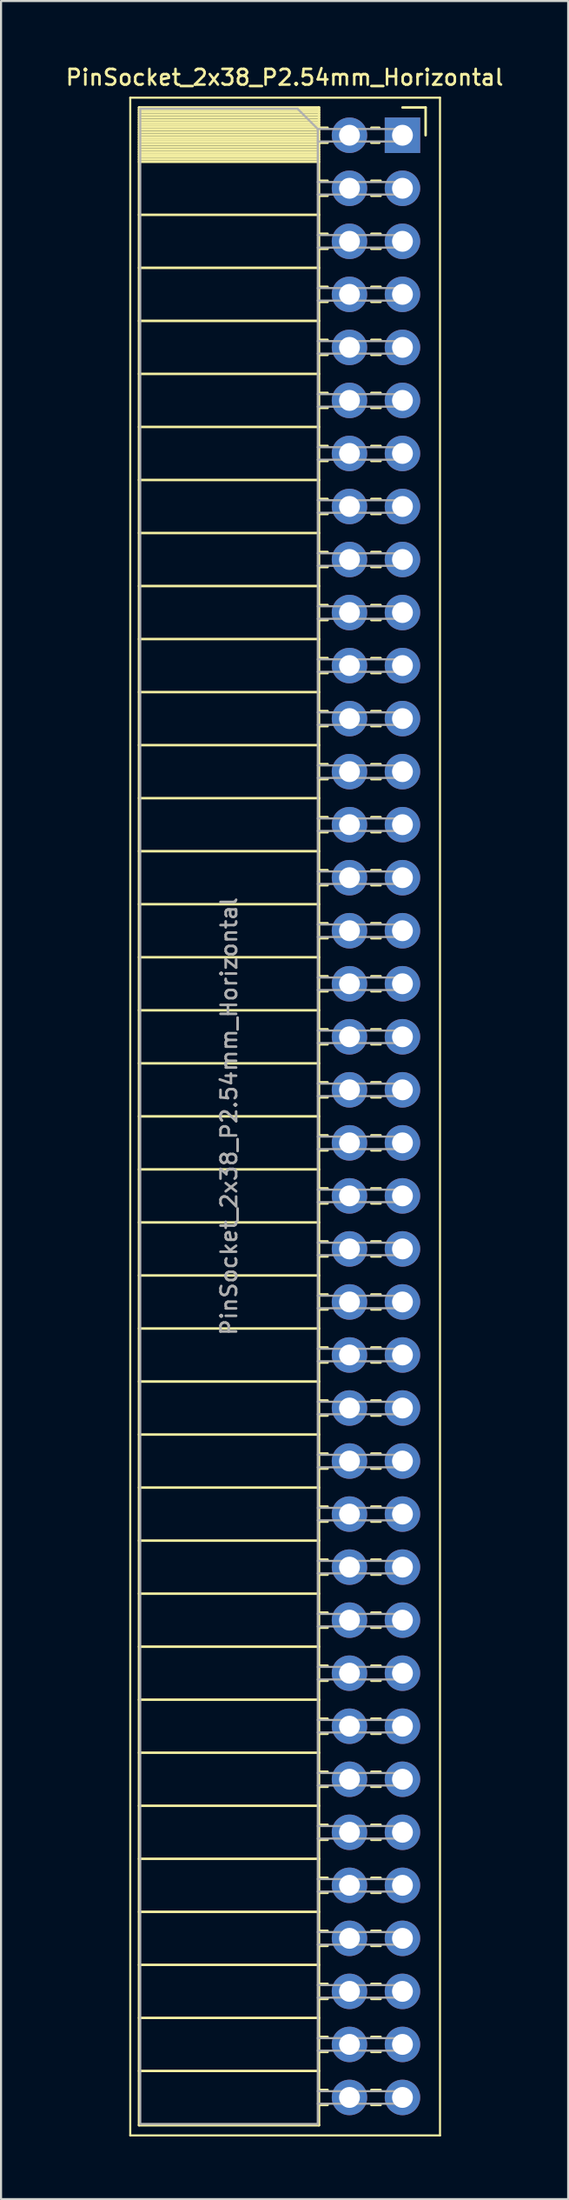
<source format=kicad_pcb>
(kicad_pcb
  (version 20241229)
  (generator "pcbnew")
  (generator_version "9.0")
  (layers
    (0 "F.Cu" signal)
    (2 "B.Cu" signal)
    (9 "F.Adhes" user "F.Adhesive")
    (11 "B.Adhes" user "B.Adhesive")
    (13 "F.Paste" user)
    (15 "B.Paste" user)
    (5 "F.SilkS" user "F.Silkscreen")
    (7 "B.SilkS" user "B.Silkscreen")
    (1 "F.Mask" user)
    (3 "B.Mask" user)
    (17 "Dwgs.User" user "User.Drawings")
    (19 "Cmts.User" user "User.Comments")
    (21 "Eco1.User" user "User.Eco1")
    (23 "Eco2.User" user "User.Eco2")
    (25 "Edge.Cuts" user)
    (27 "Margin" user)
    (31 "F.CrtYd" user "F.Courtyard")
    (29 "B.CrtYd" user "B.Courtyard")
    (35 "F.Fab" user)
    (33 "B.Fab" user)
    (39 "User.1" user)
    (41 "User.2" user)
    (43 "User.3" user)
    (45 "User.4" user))
  (footprint "PinSocket_2x38_P2.54mm_Horizontal"
    (layer "F.Cu")
    (at 16.245 3.428)
    (property "Reference" "PinSocket_2x38_P2.54mm_Horizontal" (at -5.65 -2.77 0) (layer "F.SilkS") (effects (font (size 0.75 0.75) (thickness 0.125))))
    (attr through_hole)
    (fp_line (start -13.05 -1.8) (end -13.05 95.8) (stroke (width 0.1) (type solid)) (layer "F.SilkS"))
    (fp_line (start -13.05 95.8) (end 1.8 95.8) (stroke (width 0.1) (type solid)) (layer "F.SilkS"))
    (fp_line (start -12.63 -1.33) (end -12.63 95.31) (stroke (width 0.12) (type solid)) (layer "F.SilkS"))
    (fp_line (start -12.63 -1.33) (end -4 -1.33) (stroke (width 0.12) (type solid)) (layer "F.SilkS"))
    (fp_line (start -12.63 -1.21) (end -4 -1.21) (stroke (width 0.12) (type solid)) (layer "F.SilkS"))
    (fp_line (start -12.63 -1.092) (end -4 -1.092) (stroke (width 0.12) (type solid)) (layer "F.SilkS"))
    (fp_line (start -12.63 -0.974) (end -4 -0.974) (stroke (width 0.12) (type solid)) (layer "F.SilkS"))
    (fp_line (start -12.63 -0.856) (end -4 -0.856) (stroke (width 0.12) (type solid)) (layer "F.SilkS"))
    (fp_line (start -12.63 -0.738) (end -4 -0.738) (stroke (width 0.12) (type solid)) (layer "F.SilkS"))
    (fp_line (start -12.63 -0.62) (end -4 -0.62) (stroke (width 0.12) (type solid)) (layer "F.SilkS"))
    (fp_line (start -12.63 -0.501) (end -4 -0.501) (stroke (width 0.12) (type solid)) (layer "F.SilkS"))
    (fp_line (start -12.63 -0.383) (end -4 -0.383) (stroke (width 0.12) (type solid)) (layer "F.SilkS"))
    (fp_line (start -12.63 -0.265) (end -4 -0.265) (stroke (width 0.12) (type solid)) (layer "F.SilkS"))
    (fp_line (start -12.63 -0.147) (end -4 -0.147) (stroke (width 0.12) (type solid)) (layer "F.SilkS"))
    (fp_line (start -12.63 -0.029) (end -4 -0.029) (stroke (width 0.12) (type solid)) (layer "F.SilkS"))
    (fp_line (start -12.63 0.089) (end -4 0.089) (stroke (width 0.12) (type solid)) (layer "F.SilkS"))
    (fp_line (start -12.63 0.207) (end -4 0.207) (stroke (width 0.12) (type solid)) (layer "F.SilkS"))
    (fp_line (start -12.63 0.325) (end -4 0.325) (stroke (width 0.12) (type solid)) (layer "F.SilkS"))
    (fp_line (start -12.63 0.443) (end -4 0.443) (stroke (width 0.12) (type solid)) (layer "F.SilkS"))
    (fp_line (start -12.63 0.561) (end -4 0.561) (stroke (width 0.12) (type solid)) (layer "F.SilkS"))
    (fp_line (start -12.63 0.68) (end -4 0.68) (stroke (width 0.12) (type solid)) (layer "F.SilkS"))
    (fp_line (start -12.63 0.798) (end -4 0.798) (stroke (width 0.12) (type solid)) (layer "F.SilkS"))
    (fp_line (start -12.63 0.916) (end -4 0.916) (stroke (width 0.12) (type solid)) (layer "F.SilkS"))
    (fp_line (start -12.63 1.034) (end -4 1.034) (stroke (width 0.12) (type solid)) (layer "F.SilkS"))
    (fp_line (start -12.63 1.152) (end -4 1.152) (stroke (width 0.12) (type solid)) (layer "F.SilkS"))
    (fp_line (start -12.63 1.27) (end -4 1.27) (stroke (width 0.12) (type solid)) (layer "F.SilkS"))
    (fp_line (start -12.63 3.81) (end -4 3.81) (stroke (width 0.12) (type solid)) (layer "F.SilkS"))
    (fp_line (start -12.63 6.35) (end -4 6.35) (stroke (width 0.12) (type solid)) (layer "F.SilkS"))
    (fp_line (start -12.63 8.89) (end -4 8.89) (stroke (width 0.12) (type solid)) (layer "F.SilkS"))
    (fp_line (start -12.63 11.43) (end -4 11.43) (stroke (width 0.12) (type solid)) (layer "F.SilkS"))
    (fp_line (start -12.63 13.97) (end -4 13.97) (stroke (width 0.12) (type solid)) (layer "F.SilkS"))
    (fp_line (start -12.63 16.51) (end -4 16.51) (stroke (width 0.12) (type solid)) (layer "F.SilkS"))
    (fp_line (start -12.63 19.05) (end -4 19.05) (stroke (width 0.12) (type solid)) (layer "F.SilkS"))
    (fp_line (start -12.63 21.59) (end -4 21.59) (stroke (width 0.12) (type solid)) (layer "F.SilkS"))
    (fp_line (start -12.63 24.13) (end -4 24.13) (stroke (width 0.12) (type solid)) (layer "F.SilkS"))
    (fp_line (start -12.63 26.67) (end -4 26.67) (stroke (width 0.12) (type solid)) (layer "F.SilkS"))
    (fp_line (start -12.63 29.21) (end -4 29.21) (stroke (width 0.12) (type solid)) (layer "F.SilkS"))
    (fp_line (start -12.63 31.75) (end -4 31.75) (stroke (width 0.12) (type solid)) (layer "F.SilkS"))
    (fp_line (start -12.63 34.29) (end -4 34.29) (stroke (width 0.12) (type solid)) (layer "F.SilkS"))
    (fp_line (start -12.63 36.83) (end -4 36.83) (stroke (width 0.12) (type solid)) (layer "F.SilkS"))
    (fp_line (start -12.63 39.37) (end -4 39.37) (stroke (width 0.12) (type solid)) (layer "F.SilkS"))
    (fp_line (start -12.63 41.91) (end -4 41.91) (stroke (width 0.12) (type solid)) (layer "F.SilkS"))
    (fp_line (start -12.63 44.45) (end -4 44.45) (stroke (width 0.12) (type solid)) (layer "F.SilkS"))
    (fp_line (start -12.63 46.99) (end -4 46.99) (stroke (width 0.12) (type solid)) (layer "F.SilkS"))
    (fp_line (start -12.63 49.53) (end -4 49.53) (stroke (width 0.12) (type solid)) (layer "F.SilkS"))
    (fp_line (start -12.63 52.07) (end -4 52.07) (stroke (width 0.12) (type solid)) (layer "F.SilkS"))
    (fp_line (start -12.63 54.61) (end -4 54.61) (stroke (width 0.12) (type solid)) (layer "F.SilkS"))
    (fp_line (start -12.63 57.15) (end -4 57.15) (stroke (width 0.12) (type solid)) (layer "F.SilkS"))
    (fp_line (start -12.63 59.69) (end -4 59.69) (stroke (width 0.12) (type solid)) (layer "F.SilkS"))
    (fp_line (start -12.63 62.23) (end -4 62.23) (stroke (width 0.12) (type solid)) (layer "F.SilkS"))
    (fp_line (start -12.63 64.77) (end -4 64.77) (stroke (width 0.12) (type solid)) (layer "F.SilkS"))
    (fp_line (start -12.63 67.31) (end -4 67.31) (stroke (width 0.12) (type solid)) (layer "F.SilkS"))
    (fp_line (start -12.63 69.85) (end -4 69.85) (stroke (width 0.12) (type solid)) (layer "F.SilkS"))
    (fp_line (start -12.63 72.39) (end -4 72.39) (stroke (width 0.12) (type solid)) (layer "F.SilkS"))
    (fp_line (start -12.63 74.93) (end -4 74.93) (stroke (width 0.12) (type solid)) (layer "F.SilkS"))
    (fp_line (start -12.63 77.47) (end -4 77.47) (stroke (width 0.12) (type solid)) (layer "F.SilkS"))
    (fp_line (start -12.63 80.01) (end -4 80.01) (stroke (width 0.12) (type solid)) (layer "F.SilkS"))
    (fp_line (start -12.63 82.55) (end -4 82.55) (stroke (width 0.12) (type solid)) (layer "F.SilkS"))
    (fp_line (start -12.63 85.09) (end -4 85.09) (stroke (width 0.12) (type solid)) (layer "F.SilkS"))
    (fp_line (start -12.63 87.63) (end -4 87.63) (stroke (width 0.12) (type solid)) (layer "F.SilkS"))
    (fp_line (start -12.63 90.17) (end -4 90.17) (stroke (width 0.12) (type solid)) (layer "F.SilkS"))
    (fp_line (start -12.63 92.71) (end -4 92.71) (stroke (width 0.12) (type solid)) (layer "F.SilkS"))
    (fp_line (start -12.63 95.31) (end -4 95.31) (stroke (width 0.12) (type solid)) (layer "F.SilkS"))
    (fp_line (start -4 -1.33) (end -4 95.31) (stroke (width 0.12) (type solid)) (layer "F.SilkS"))
    (fp_line (start -4 -0.36) (end -3.59 -0.36) (stroke (width 0.12) (type solid)) (layer "F.SilkS"))
    (fp_line (start -4 0.36) (end -3.59 0.36) (stroke (width 0.12) (type solid)) (layer "F.SilkS"))
    (fp_line (start -4 2.18) (end -3.59 2.18) (stroke (width 0.12) (type solid)) (layer "F.SilkS"))
    (fp_line (start -4 2.9) (end -3.59 2.9) (stroke (width 0.12) (type solid)) (layer "F.SilkS"))
    (fp_line (start -4 4.72) (end -3.59 4.72) (stroke (width 0.12) (type solid)) (layer "F.SilkS"))
    (fp_line (start -4 5.44) (end -3.59 5.44) (stroke (width 0.12) (type solid)) (layer "F.SilkS"))
    (fp_line (start -4 7.26) (end -3.59 7.26) (stroke (width 0.12) (type solid)) (layer "F.SilkS"))
    (fp_line (start -4 7.98) (end -3.59 7.98) (stroke (width 0.12) (type solid)) (layer "F.SilkS"))
    (fp_line (start -4 9.8) (end -3.59 9.8) (stroke (width 0.12) (type solid)) (layer "F.SilkS"))
    (fp_line (start -4 10.52) (end -3.59 10.52) (stroke (width 0.12) (type solid)) (layer "F.SilkS"))
    (fp_line (start -4 12.34) (end -3.59 12.34) (stroke (width 0.12) (type solid)) (layer "F.SilkS"))
    (fp_line (start -4 13.06) (end -3.59 13.06) (stroke (width 0.12) (type solid)) (layer "F.SilkS"))
    (fp_line (start -4 14.88) (end -3.59 14.88) (stroke (width 0.12) (type solid)) (layer "F.SilkS"))
    (fp_line (start -4 15.6) (end -3.59 15.6) (stroke (width 0.12) (type solid)) (layer "F.SilkS"))
    (fp_line (start -4 17.42) (end -3.59 17.42) (stroke (width 0.12) (type solid)) (layer "F.SilkS"))
    (fp_line (start -4 18.14) (end -3.59 18.14) (stroke (width 0.12) (type solid)) (layer "F.SilkS"))
    (fp_line (start -4 19.96) (end -3.59 19.96) (stroke (width 0.12) (type solid)) (layer "F.SilkS"))
    (fp_line (start -4 20.68) (end -3.59 20.68) (stroke (width 0.12) (type solid)) (layer "F.SilkS"))
    (fp_line (start -4 22.5) (end -3.59 22.5) (stroke (width 0.12) (type solid)) (layer "F.SilkS"))
    (fp_line (start -4 23.22) (end -3.59 23.22) (stroke (width 0.12) (type solid)) (layer "F.SilkS"))
    (fp_line (start -4 25.04) (end -3.59 25.04) (stroke (width 0.12) (type solid)) (layer "F.SilkS"))
    (fp_line (start -4 25.76) (end -3.59 25.76) (stroke (width 0.12) (type solid)) (layer "F.SilkS"))
    (fp_line (start -4 27.58) (end -3.59 27.58) (stroke (width 0.12) (type solid)) (layer "F.SilkS"))
    (fp_line (start -4 28.3) (end -3.59 28.3) (stroke (width 0.12) (type solid)) (layer "F.SilkS"))
    (fp_line (start -4 30.12) (end -3.59 30.12) (stroke (width 0.12) (type solid)) (layer "F.SilkS"))
    (fp_line (start -4 30.84) (end -3.59 30.84) (stroke (width 0.12) (type solid)) (layer "F.SilkS"))
    (fp_line (start -4 32.66) (end -3.59 32.66) (stroke (width 0.12) (type solid)) (layer "F.SilkS"))
    (fp_line (start -4 33.38) (end -3.59 33.38) (stroke (width 0.12) (type solid)) (layer "F.SilkS"))
    (fp_line (start -4 35.2) (end -3.59 35.2) (stroke (width 0.12) (type solid)) (layer "F.SilkS"))
    (fp_line (start -4 35.92) (end -3.59 35.92) (stroke (width 0.12) (type solid)) (layer "F.SilkS"))
    (fp_line (start -4 37.74) (end -3.59 37.74) (stroke (width 0.12) (type solid)) (layer "F.SilkS"))
    (fp_line (start -4 38.46) (end -3.59 38.46) (stroke (width 0.12) (type solid)) (layer "F.SilkS"))
    (fp_line (start -4 40.28) (end -3.59 40.28) (stroke (width 0.12) (type solid)) (layer "F.SilkS"))
    (fp_line (start -4 41) (end -3.59 41) (stroke (width 0.12) (type solid)) (layer "F.SilkS"))
    (fp_line (start -4 42.82) (end -3.59 42.82) (stroke (width 0.12) (type solid)) (layer "F.SilkS"))
    (fp_line (start -4 43.54) (end -3.59 43.54) (stroke (width 0.12) (type solid)) (layer "F.SilkS"))
    (fp_line (start -4 45.36) (end -3.59 45.36) (stroke (width 0.12) (type solid)) (layer "F.SilkS"))
    (fp_line (start -4 46.08) (end -3.59 46.08) (stroke (width 0.12) (type solid)) (layer "F.SilkS"))
    (fp_line (start -4 47.9) (end -3.59 47.9) (stroke (width 0.12) (type solid)) (layer "F.SilkS"))
    (fp_line (start -4 48.62) (end -3.59 48.62) (stroke (width 0.12) (type solid)) (layer "F.SilkS"))
    (fp_line (start -4 50.44) (end -3.59 50.44) (stroke (width 0.12) (type solid)) (layer "F.SilkS"))
    (fp_line (start -4 51.16) (end -3.59 51.16) (stroke (width 0.12) (type solid)) (layer "F.SilkS"))
    (fp_line (start -4 52.98) (end -3.59 52.98) (stroke (width 0.12) (type solid)) (layer "F.SilkS"))
    (fp_line (start -4 53.7) (end -3.59 53.7) (stroke (width 0.12) (type solid)) (layer "F.SilkS"))
    (fp_line (start -4 55.52) (end -3.59 55.52) (stroke (width 0.12) (type solid)) (layer "F.SilkS"))
    (fp_line (start -4 56.24) (end -3.59 56.24) (stroke (width 0.12) (type solid)) (layer "F.SilkS"))
    (fp_line (start -4 58.06) (end -3.59 58.06) (stroke (width 0.12) (type solid)) (layer "F.SilkS"))
    (fp_line (start -4 58.78) (end -3.59 58.78) (stroke (width 0.12) (type solid)) (layer "F.SilkS"))
    (fp_line (start -4 60.6) (end -3.59 60.6) (stroke (width 0.12) (type solid)) (layer "F.SilkS"))
    (fp_line (start -4 61.32) (end -3.59 61.32) (stroke (width 0.12) (type solid)) (layer "F.SilkS"))
    (fp_line (start -4 63.14) (end -3.59 63.14) (stroke (width 0.12) (type solid)) (layer "F.SilkS"))
    (fp_line (start -4 63.86) (end -3.59 63.86) (stroke (width 0.12) (type solid)) (layer "F.SilkS"))
    (fp_line (start -4 65.68) (end -3.59 65.68) (stroke (width 0.12) (type solid)) (layer "F.SilkS"))
    (fp_line (start -4 66.4) (end -3.59 66.4) (stroke (width 0.12) (type solid)) (layer "F.SilkS"))
    (fp_line (start -4 68.22) (end -3.59 68.22) (stroke (width 0.12) (type solid)) (layer "F.SilkS"))
    (fp_line (start -4 68.94) (end -3.59 68.94) (stroke (width 0.12) (type solid)) (layer "F.SilkS"))
    (fp_line (start -4 70.76) (end -3.59 70.76) (stroke (width 0.12) (type solid)) (layer "F.SilkS"))
    (fp_line (start -4 71.48) (end -3.59 71.48) (stroke (width 0.12) (type solid)) (layer "F.SilkS"))
    (fp_line (start -4 73.3) (end -3.59 73.3) (stroke (width 0.12) (type solid)) (layer "F.SilkS"))
    (fp_line (start -4 74.02) (end -3.59 74.02) (stroke (width 0.12) (type solid)) (layer "F.SilkS"))
    (fp_line (start -4 75.84) (end -3.59 75.84) (stroke (width 0.12) (type solid)) (layer "F.SilkS"))
    (fp_line (start -4 76.56) (end -3.59 76.56) (stroke (width 0.12) (type solid)) (layer "F.SilkS"))
    (fp_line (start -4 78.38) (end -3.59 78.38) (stroke (width 0.12) (type solid)) (layer "F.SilkS"))
    (fp_line (start -4 79.1) (end -3.59 79.1) (stroke (width 0.12) (type solid)) (layer "F.SilkS"))
    (fp_line (start -4 80.92) (end -3.59 80.92) (stroke (width 0.12) (type solid)) (layer "F.SilkS"))
    (fp_line (start -4 81.64) (end -3.59 81.64) (stroke (width 0.12) (type solid)) (layer "F.SilkS"))
    (fp_line (start -4 83.46) (end -3.59 83.46) (stroke (width 0.12) (type solid)) (layer "F.SilkS"))
    (fp_line (start -4 84.18) (end -3.59 84.18) (stroke (width 0.12) (type solid)) (layer "F.SilkS"))
    (fp_line (start -4 86) (end -3.59 86) (stroke (width 0.12) (type solid)) (layer "F.SilkS"))
    (fp_line (start -4 86.72) (end -3.59 86.72) (stroke (width 0.12) (type solid)) (layer "F.SilkS"))
    (fp_line (start -4 88.54) (end -3.59 88.54) (stroke (width 0.12) (type solid)) (layer "F.SilkS"))
    (fp_line (start -4 89.26) (end -3.59 89.26) (stroke (width 0.12) (type solid)) (layer "F.SilkS"))
    (fp_line (start -4 91.08) (end -3.59 91.08) (stroke (width 0.12) (type solid)) (layer "F.SilkS"))
    (fp_line (start -4 91.8) (end -3.59 91.8) (stroke (width 0.12) (type solid)) (layer "F.SilkS"))
    (fp_line (start -4 93.62) (end -3.59 93.62) (stroke (width 0.12) (type solid)) (layer "F.SilkS"))
    (fp_line (start -4 94.34) (end -3.59 94.34) (stroke (width 0.12) (type solid)) (layer "F.SilkS"))
    (fp_line (start -1.49 -0.36) (end -1.11 -0.36) (stroke (width 0.12) (type solid)) (layer "F.SilkS"))
    (fp_line (start -1.49 0.36) (end -1.11 0.36) (stroke (width 0.12) (type solid)) (layer "F.SilkS"))
    (fp_line (start -1.49 2.18) (end -1.05 2.18) (stroke (width 0.12) (type solid)) (layer "F.SilkS"))
    (fp_line (start -1.49 2.9) (end -1.05 2.9) (stroke (width 0.12) (type solid)) (layer "F.SilkS"))
    (fp_line (start -1.49 4.72) (end -1.05 4.72) (stroke (width 0.12) (type solid)) (layer "F.SilkS"))
    (fp_line (start -1.49 5.44) (end -1.05 5.44) (stroke (width 0.12) (type solid)) (layer "F.SilkS"))
    (fp_line (start -1.49 7.26) (end -1.05 7.26) (stroke (width 0.12) (type solid)) (layer "F.SilkS"))
    (fp_line (start -1.49 7.98) (end -1.05 7.98) (stroke (width 0.12) (type solid)) (layer "F.SilkS"))
    (fp_line (start -1.49 9.8) (end -1.05 9.8) (stroke (width 0.12) (type solid)) (layer "F.SilkS"))
    (fp_line (start -1.49 10.52) (end -1.05 10.52) (stroke (width 0.12) (type solid)) (layer "F.SilkS"))
    (fp_line (start -1.49 12.34) (end -1.05 12.34) (stroke (width 0.12) (type solid)) (layer "F.SilkS"))
    (fp_line (start -1.49 13.06) (end -1.05 13.06) (stroke (width 0.12) (type solid)) (layer "F.SilkS"))
    (fp_line (start -1.49 14.88) (end -1.05 14.88) (stroke (width 0.12) (type solid)) (layer "F.SilkS"))
    (fp_line (start -1.49 15.6) (end -1.05 15.6) (stroke (width 0.12) (type solid)) (layer "F.SilkS"))
    (fp_line (start -1.49 17.42) (end -1.05 17.42) (stroke (width 0.12) (type solid)) (layer "F.SilkS"))
    (fp_line (start -1.49 18.14) (end -1.05 18.14) (stroke (width 0.12) (type solid)) (layer "F.SilkS"))
    (fp_line (start -1.49 19.96) (end -1.05 19.96) (stroke (width 0.12) (type solid)) (layer "F.SilkS"))
    (fp_line (start -1.49 20.68) (end -1.05 20.68) (stroke (width 0.12) (type solid)) (layer "F.SilkS"))
    (fp_line (start -1.49 22.5) (end -1.05 22.5) (stroke (width 0.12) (type solid)) (layer "F.SilkS"))
    (fp_line (start -1.49 23.22) (end -1.05 23.22) (stroke (width 0.12) (type solid)) (layer "F.SilkS"))
    (fp_line (start -1.49 25.04) (end -1.05 25.04) (stroke (width 0.12) (type solid)) (layer "F.SilkS"))
    (fp_line (start -1.49 25.76) (end -1.05 25.76) (stroke (width 0.12) (type solid)) (layer "F.SilkS"))
    (fp_line (start -1.49 27.58) (end -1.05 27.58) (stroke (width 0.12) (type solid)) (layer "F.SilkS"))
    (fp_line (start -1.49 28.3) (end -1.05 28.3) (stroke (width 0.12) (type solid)) (layer "F.SilkS"))
    (fp_line (start -1.49 30.12) (end -1.05 30.12) (stroke (width 0.12) (type solid)) (layer "F.SilkS"))
    (fp_line (start -1.49 30.84) (end -1.05 30.84) (stroke (width 0.12) (type solid)) (layer "F.SilkS"))
    (fp_line (start -1.49 32.66) (end -1.05 32.66) (stroke (width 0.12) (type solid)) (layer "F.SilkS"))
    (fp_line (start -1.49 33.38) (end -1.05 33.38) (stroke (width 0.12) (type solid)) (layer "F.SilkS"))
    (fp_line (start -1.49 35.2) (end -1.05 35.2) (stroke (width 0.12) (type solid)) (layer "F.SilkS"))
    (fp_line (start -1.49 35.92) (end -1.05 35.92) (stroke (width 0.12) (type solid)) (layer "F.SilkS"))
    (fp_line (start -1.49 37.74) (end -1.05 37.74) (stroke (width 0.12) (type solid)) (layer "F.SilkS"))
    (fp_line (start -1.49 38.46) (end -1.05 38.46) (stroke (width 0.12) (type solid)) (layer "F.SilkS"))
    (fp_line (start -1.49 40.28) (end -1.05 40.28) (stroke (width 0.12) (type solid)) (layer "F.SilkS"))
    (fp_line (start -1.49 41) (end -1.05 41) (stroke (width 0.12) (type solid)) (layer "F.SilkS"))
    (fp_line (start -1.49 42.82) (end -1.05 42.82) (stroke (width 0.12) (type solid)) (layer "F.SilkS"))
    (fp_line (start -1.49 43.54) (end -1.05 43.54) (stroke (width 0.12) (type solid)) (layer "F.SilkS"))
    (fp_line (start -1.49 45.36) (end -1.05 45.36) (stroke (width 0.12) (type solid)) (layer "F.SilkS"))
    (fp_line (start -1.49 46.08) (end -1.05 46.08) (stroke (width 0.12) (type solid)) (layer "F.SilkS"))
    (fp_line (start -1.49 47.9) (end -1.05 47.9) (stroke (width 0.12) (type solid)) (layer "F.SilkS"))
    (fp_line (start -1.49 48.62) (end -1.05 48.62) (stroke (width 0.12) (type solid)) (layer "F.SilkS"))
    (fp_line (start -1.49 50.44) (end -1.05 50.44) (stroke (width 0.12) (type solid)) (layer "F.SilkS"))
    (fp_line (start -1.49 51.16) (end -1.05 51.16) (stroke (width 0.12) (type solid)) (layer "F.SilkS"))
    (fp_line (start -1.49 52.98) (end -1.05 52.98) (stroke (width 0.12) (type solid)) (layer "F.SilkS"))
    (fp_line (start -1.49 53.7) (end -1.05 53.7) (stroke (width 0.12) (type solid)) (layer "F.SilkS"))
    (fp_line (start -1.49 55.52) (end -1.05 55.52) (stroke (width 0.12) (type solid)) (layer "F.SilkS"))
    (fp_line (start -1.49 56.24) (end -1.05 56.24) (stroke (width 0.12) (type solid)) (layer "F.SilkS"))
    (fp_line (start -1.49 58.06) (end -1.05 58.06) (stroke (width 0.12) (type solid)) (layer "F.SilkS"))
    (fp_line (start -1.49 58.78) (end -1.05 58.78) (stroke (width 0.12) (type solid)) (layer "F.SilkS"))
    (fp_line (start -1.49 60.6) (end -1.05 60.6) (stroke (width 0.12) (type solid)) (layer "F.SilkS"))
    (fp_line (start -1.49 61.32) (end -1.05 61.32) (stroke (width 0.12) (type solid)) (layer "F.SilkS"))
    (fp_line (start -1.49 63.14) (end -1.05 63.14) (stroke (width 0.12) (type solid)) (layer "F.SilkS"))
    (fp_line (start -1.49 63.86) (end -1.05 63.86) (stroke (width 0.12) (type solid)) (layer "F.SilkS"))
    (fp_line (start -1.49 65.68) (end -1.05 65.68) (stroke (width 0.12) (type solid)) (layer "F.SilkS"))
    (fp_line (start -1.49 66.4) (end -1.05 66.4) (stroke (width 0.12) (type solid)) (layer "F.SilkS"))
    (fp_line (start -1.49 68.22) (end -1.05 68.22) (stroke (width 0.12) (type solid)) (layer "F.SilkS"))
    (fp_line (start -1.49 68.94) (end -1.05 68.94) (stroke (width 0.12) (type solid)) (layer "F.SilkS"))
    (fp_line (start -1.49 70.76) (end -1.05 70.76) (stroke (width 0.12) (type solid)) (layer "F.SilkS"))
    (fp_line (start -1.49 71.48) (end -1.05 71.48) (stroke (width 0.12) (type solid)) (layer "F.SilkS"))
    (fp_line (start -1.49 73.3) (end -1.05 73.3) (stroke (width 0.12) (type solid)) (layer "F.SilkS"))
    (fp_line (start -1.49 74.02) (end -1.05 74.02) (stroke (width 0.12) (type solid)) (layer "F.SilkS"))
    (fp_line (start -1.49 75.84) (end -1.05 75.84) (stroke (width 0.12) (type solid)) (layer "F.SilkS"))
    (fp_line (start -1.49 76.56) (end -1.05 76.56) (stroke (width 0.12) (type solid)) (layer "F.SilkS"))
    (fp_line (start -1.49 78.38) (end -1.05 78.38) (stroke (width 0.12) (type solid)) (layer "F.SilkS"))
    (fp_line (start -1.49 79.1) (end -1.05 79.1) (stroke (width 0.12) (type solid)) (layer "F.SilkS"))
    (fp_line (start -1.49 80.92) (end -1.05 80.92) (stroke (width 0.12) (type solid)) (layer "F.SilkS"))
    (fp_line (start -1.49 81.64) (end -1.05 81.64) (stroke (width 0.12) (type solid)) (layer "F.SilkS"))
    (fp_line (start -1.49 83.46) (end -1.05 83.46) (stroke (width 0.12) (type solid)) (layer "F.SilkS"))
    (fp_line (start -1.49 84.18) (end -1.05 84.18) (stroke (width 0.12) (type solid)) (layer "F.SilkS"))
    (fp_line (start -1.49 86) (end -1.05 86) (stroke (width 0.12) (type solid)) (layer "F.SilkS"))
    (fp_line (start -1.49 86.72) (end -1.05 86.72) (stroke (width 0.12) (type solid)) (layer "F.SilkS"))
    (fp_line (start -1.49 88.54) (end -1.05 88.54) (stroke (width 0.12) (type solid)) (layer "F.SilkS"))
    (fp_line (start -1.49 89.26) (end -1.05 89.26) (stroke (width 0.12) (type solid)) (layer "F.SilkS"))
    (fp_line (start -1.49 91.08) (end -1.05 91.08) (stroke (width 0.12) (type solid)) (layer "F.SilkS"))
    (fp_line (start -1.49 91.8) (end -1.05 91.8) (stroke (width 0.12) (type solid)) (layer "F.SilkS"))
    (fp_line (start -1.49 93.62) (end -1.05 93.62) (stroke (width 0.12) (type solid)) (layer "F.SilkS"))
    (fp_line (start -1.49 94.34) (end -1.05 94.34) (stroke (width 0.12) (type solid)) (layer "F.SilkS"))
    (fp_line (start 0 -1.33) (end 1.11 -1.33) (stroke (width 0.12) (type solid)) (layer "F.SilkS"))
    (fp_line (start 1.11 -1.33) (end 1.11 0) (stroke (width 0.12) (type solid)) (layer "F.SilkS"))
    (fp_line (start 1.8 -1.8) (end -13.05 -1.8) (stroke (width 0.1) (type solid)) (layer "F.SilkS"))
    (fp_line (start 1.8 95.8) (end 1.8 -1.8) (stroke (width 0.1) (type solid)) (layer "F.SilkS"))
    (fp_line (start -12.57 -1.27) (end -5.03 -1.27) (stroke (width 0.1) (type solid)) (layer "F.Fab"))
    (fp_line (start -12.57 95.25) (end -12.57 -1.27) (stroke (width 0.1) (type solid)) (layer "F.Fab"))
    (fp_line (start -5.03 -1.27) (end -4.06 -0.3) (stroke (width 0.1) (type solid)) (layer "F.Fab"))
    (fp_line (start -4.06 -0.3) (end -4.06 95.25) (stroke (width 0.1) (type solid)) (layer "F.Fab"))
    (fp_line (start -4.06 0.3) (end 0 0.3) (stroke (width 0.1) (type solid)) (layer "F.Fab"))
    (fp_line (start -4.06 2.84) (end 0 2.84) (stroke (width 0.1) (type solid)) (layer "F.Fab"))
    (fp_line (start -4.06 5.38) (end 0 5.38) (stroke (width 0.1) (type solid)) (layer "F.Fab"))
    (fp_line (start -4.06 7.92) (end 0 7.92) (stroke (width 0.1) (type solid)) (layer "F.Fab"))
    (fp_line (start -4.06 10.46) (end 0 10.46) (stroke (width 0.1) (type solid)) (layer "F.Fab"))
    (fp_line (start -4.06 13) (end 0 13) (stroke (width 0.1) (type solid)) (layer "F.Fab"))
    (fp_line (start -4.06 15.54) (end 0 15.54) (stroke (width 0.1) (type solid)) (layer "F.Fab"))
    (fp_line (start -4.06 18.08) (end 0 18.08) (stroke (width 0.1) (type solid)) (layer "F.Fab"))
    (fp_line (start -4.06 20.62) (end 0 20.62) (stroke (width 0.1) (type solid)) (layer "F.Fab"))
    (fp_line (start -4.06 23.16) (end 0 23.16) (stroke (width 0.1) (type solid)) (layer "F.Fab"))
    (fp_line (start -4.06 25.7) (end 0 25.7) (stroke (width 0.1) (type solid)) (layer "F.Fab"))
    (fp_line (start -4.06 28.24) (end 0 28.24) (stroke (width 0.1) (type solid)) (layer "F.Fab"))
    (fp_line (start -4.06 30.78) (end 0 30.78) (stroke (width 0.1) (type solid)) (layer "F.Fab"))
    (fp_line (start -4.06 33.32) (end 0 33.32) (stroke (width 0.1) (type solid)) (layer "F.Fab"))
    (fp_line (start -4.06 35.86) (end 0 35.86) (stroke (width 0.1) (type solid)) (layer "F.Fab"))
    (fp_line (start -4.06 38.4) (end 0 38.4) (stroke (width 0.1) (type solid)) (layer "F.Fab"))
    (fp_line (start -4.06 40.94) (end 0 40.94) (stroke (width 0.1) (type solid)) (layer "F.Fab"))
    (fp_line (start -4.06 43.48) (end 0 43.48) (stroke (width 0.1) (type solid)) (layer "F.Fab"))
    (fp_line (start -4.06 46.02) (end 0 46.02) (stroke (width 0.1) (type solid)) (layer "F.Fab"))
    (fp_line (start -4.06 48.56) (end 0 48.56) (stroke (width 0.1) (type solid)) (layer "F.Fab"))
    (fp_line (start -4.06 51.1) (end 0 51.1) (stroke (width 0.1) (type solid)) (layer "F.Fab"))
    (fp_line (start -4.06 53.64) (end 0 53.64) (stroke (width 0.1) (type solid)) (layer "F.Fab"))
    (fp_line (start -4.06 56.18) (end 0 56.18) (stroke (width 0.1) (type solid)) (layer "F.Fab"))
    (fp_line (start -4.06 58.72) (end 0 58.72) (stroke (width 0.1) (type solid)) (layer "F.Fab"))
    (fp_line (start -4.06 61.26) (end 0 61.26) (stroke (width 0.1) (type solid)) (layer "F.Fab"))
    (fp_line (start -4.06 63.8) (end 0 63.8) (stroke (width 0.1) (type solid)) (layer "F.Fab"))
    (fp_line (start -4.06 66.34) (end 0 66.34) (stroke (width 0.1) (type solid)) (layer "F.Fab"))
    (fp_line (start -4.06 68.88) (end 0 68.88) (stroke (width 0.1) (type solid)) (layer "F.Fab"))
    (fp_line (start -4.06 71.42) (end 0 71.42) (stroke (width 0.1) (type solid)) (layer "F.Fab"))
    (fp_line (start -4.06 73.96) (end 0 73.96) (stroke (width 0.1) (type solid)) (layer "F.Fab"))
    (fp_line (start -4.06 76.5) (end 0 76.5) (stroke (width 0.1) (type solid)) (layer "F.Fab"))
    (fp_line (start -4.06 79.04) (end 0 79.04) (stroke (width 0.1) (type solid)) (layer "F.Fab"))
    (fp_line (start -4.06 81.58) (end 0 81.58) (stroke (width 0.1) (type solid)) (layer "F.Fab"))
    (fp_line (start -4.06 84.12) (end 0 84.12) (stroke (width 0.1) (type solid)) (layer "F.Fab"))
    (fp_line (start -4.06 86.66) (end 0 86.66) (stroke (width 0.1) (type solid)) (layer "F.Fab"))
    (fp_line (start -4.06 89.2) (end 0 89.2) (stroke (width 0.1) (type solid)) (layer "F.Fab"))
    (fp_line (start -4.06 91.74) (end 0 91.74) (stroke (width 0.1) (type solid)) (layer "F.Fab"))
    (fp_line (start -4.06 94.28) (end 0 94.28) (stroke (width 0.1) (type solid)) (layer "F.Fab"))
    (fp_line (start -4.06 95.25) (end -12.57 95.25) (stroke (width 0.1) (type solid)) (layer "F.Fab"))
    (fp_line (start 0 -0.3) (end -4.06 -0.3) (stroke (width 0.1) (type solid)) (layer "F.Fab"))
    (fp_line (start 0 0.3) (end 0 -0.3) (stroke (width 0.1) (type solid)) (layer "F.Fab"))
    (fp_line (start 0 2.24) (end -4.06 2.24) (stroke (width 0.1) (type solid)) (layer "F.Fab"))
    (fp_line (start 0 2.84) (end 0 2.24) (stroke (width 0.1) (type solid)) (layer "F.Fab"))
    (fp_line (start 0 4.78) (end -4.06 4.78) (stroke (width 0.1) (type solid)) (layer "F.Fab"))
    (fp_line (start 0 5.38) (end 0 4.78) (stroke (width 0.1) (type solid)) (layer "F.Fab"))
    (fp_line (start 0 7.32) (end -4.06 7.32) (stroke (width 0.1) (type solid)) (layer "F.Fab"))
    (fp_line (start 0 7.92) (end 0 7.32) (stroke (width 0.1) (type solid)) (layer "F.Fab"))
    (fp_line (start 0 9.86) (end -4.06 9.86) (stroke (width 0.1) (type solid)) (layer "F.Fab"))
    (fp_line (start 0 10.46) (end 0 9.86) (stroke (width 0.1) (type solid)) (layer "F.Fab"))
    (fp_line (start 0 12.4) (end -4.06 12.4) (stroke (width 0.1) (type solid)) (layer "F.Fab"))
    (fp_line (start 0 13) (end 0 12.4) (stroke (width 0.1) (type solid)) (layer "F.Fab"))
    (fp_line (start 0 14.94) (end -4.06 14.94) (stroke (width 0.1) (type solid)) (layer "F.Fab"))
    (fp_line (start 0 15.54) (end 0 14.94) (stroke (width 0.1) (type solid)) (layer "F.Fab"))
    (fp_line (start 0 17.48) (end -4.06 17.48) (stroke (width 0.1) (type solid)) (layer "F.Fab"))
    (fp_line (start 0 18.08) (end 0 17.48) (stroke (width 0.1) (type solid)) (layer "F.Fab"))
    (fp_line (start 0 20.02) (end -4.06 20.02) (stroke (width 0.1) (type solid)) (layer "F.Fab"))
    (fp_line (start 0 20.62) (end 0 20.02) (stroke (width 0.1) (type solid)) (layer "F.Fab"))
    (fp_line (start 0 22.56) (end -4.06 22.56) (stroke (width 0.1) (type solid)) (layer "F.Fab"))
    (fp_line (start 0 23.16) (end 0 22.56) (stroke (width 0.1) (type solid)) (layer "F.Fab"))
    (fp_line (start 0 25.1) (end -4.06 25.1) (stroke (width 0.1) (type solid)) (layer "F.Fab"))
    (fp_line (start 0 25.7) (end 0 25.1) (stroke (width 0.1) (type solid)) (layer "F.Fab"))
    (fp_line (start 0 27.64) (end -4.06 27.64) (stroke (width 0.1) (type solid)) (layer "F.Fab"))
    (fp_line (start 0 28.24) (end 0 27.64) (stroke (width 0.1) (type solid)) (layer "F.Fab"))
    (fp_line (start 0 30.18) (end -4.06 30.18) (stroke (width 0.1) (type solid)) (layer "F.Fab"))
    (fp_line (start 0 30.78) (end 0 30.18) (stroke (width 0.1) (type solid)) (layer "F.Fab"))
    (fp_line (start 0 32.72) (end -4.06 32.72) (stroke (width 0.1) (type solid)) (layer "F.Fab"))
    (fp_line (start 0 33.32) (end 0 32.72) (stroke (width 0.1) (type solid)) (layer "F.Fab"))
    (fp_line (start 0 35.26) (end -4.06 35.26) (stroke (width 0.1) (type solid)) (layer "F.Fab"))
    (fp_line (start 0 35.86) (end 0 35.26) (stroke (width 0.1) (type solid)) (layer "F.Fab"))
    (fp_line (start 0 37.8) (end -4.06 37.8) (stroke (width 0.1) (type solid)) (layer "F.Fab"))
    (fp_line (start 0 38.4) (end 0 37.8) (stroke (width 0.1) (type solid)) (layer "F.Fab"))
    (fp_line (start 0 40.34) (end -4.06 40.34) (stroke (width 0.1) (type solid)) (layer "F.Fab"))
    (fp_line (start 0 40.94) (end 0 40.34) (stroke (width 0.1) (type solid)) (layer "F.Fab"))
    (fp_line (start 0 42.88) (end -4.06 42.88) (stroke (width 0.1) (type solid)) (layer "F.Fab"))
    (fp_line (start 0 43.48) (end 0 42.88) (stroke (width 0.1) (type solid)) (layer "F.Fab"))
    (fp_line (start 0 45.42) (end -4.06 45.42) (stroke (width 0.1) (type solid)) (layer "F.Fab"))
    (fp_line (start 0 46.02) (end 0 45.42) (stroke (width 0.1) (type solid)) (layer "F.Fab"))
    (fp_line (start 0 47.96) (end -4.06 47.96) (stroke (width 0.1) (type solid)) (layer "F.Fab"))
    (fp_line (start 0 48.56) (end 0 47.96) (stroke (width 0.1) (type solid)) (layer "F.Fab"))
    (fp_line (start 0 50.5) (end -4.06 50.5) (stroke (width 0.1) (type solid)) (layer "F.Fab"))
    (fp_line (start 0 51.1) (end 0 50.5) (stroke (width 0.1) (type solid)) (layer "F.Fab"))
    (fp_line (start 0 53.04) (end -4.06 53.04) (stroke (width 0.1) (type solid)) (layer "F.Fab"))
    (fp_line (start 0 53.64) (end 0 53.04) (stroke (width 0.1) (type solid)) (layer "F.Fab"))
    (fp_line (start 0 55.58) (end -4.06 55.58) (stroke (width 0.1) (type solid)) (layer "F.Fab"))
    (fp_line (start 0 56.18) (end 0 55.58) (stroke (width 0.1) (type solid)) (layer "F.Fab"))
    (fp_line (start 0 58.12) (end -4.06 58.12) (stroke (width 0.1) (type solid)) (layer "F.Fab"))
    (fp_line (start 0 58.72) (end 0 58.12) (stroke (width 0.1) (type solid)) (layer "F.Fab"))
    (fp_line (start 0 60.66) (end -4.06 60.66) (stroke (width 0.1) (type solid)) (layer "F.Fab"))
    (fp_line (start 0 61.26) (end 0 60.66) (stroke (width 0.1) (type solid)) (layer "F.Fab"))
    (fp_line (start 0 63.2) (end -4.06 63.2) (stroke (width 0.1) (type solid)) (layer "F.Fab"))
    (fp_line (start 0 63.8) (end 0 63.2) (stroke (width 0.1) (type solid)) (layer "F.Fab"))
    (fp_line (start 0 65.74) (end -4.06 65.74) (stroke (width 0.1) (type solid)) (layer "F.Fab"))
    (fp_line (start 0 66.34) (end 0 65.74) (stroke (width 0.1) (type solid)) (layer "F.Fab"))
    (fp_line (start 0 68.28) (end -4.06 68.28) (stroke (width 0.1) (type solid)) (layer "F.Fab"))
    (fp_line (start 0 68.88) (end 0 68.28) (stroke (width 0.1) (type solid)) (layer "F.Fab"))
    (fp_line (start 0 70.82) (end -4.06 70.82) (stroke (width 0.1) (type solid)) (layer "F.Fab"))
    (fp_line (start 0 71.42) (end 0 70.82) (stroke (width 0.1) (type solid)) (layer "F.Fab"))
    (fp_line (start 0 73.36) (end -4.06 73.36) (stroke (width 0.1) (type solid)) (layer "F.Fab"))
    (fp_line (start 0 73.96) (end 0 73.36) (stroke (width 0.1) (type solid)) (layer "F.Fab"))
    (fp_line (start 0 75.9) (end -4.06 75.9) (stroke (width 0.1) (type solid)) (layer "F.Fab"))
    (fp_line (start 0 76.5) (end 0 75.9) (stroke (width 0.1) (type solid)) (layer "F.Fab"))
    (fp_line (start 0 78.44) (end -4.06 78.44) (stroke (width 0.1) (type solid)) (layer "F.Fab"))
    (fp_line (start 0 79.04) (end 0 78.44) (stroke (width 0.1) (type solid)) (layer "F.Fab"))
    (fp_line (start 0 80.98) (end -4.06 80.98) (stroke (width 0.1) (type solid)) (layer "F.Fab"))
    (fp_line (start 0 81.58) (end 0 80.98) (stroke (width 0.1) (type solid)) (layer "F.Fab"))
    (fp_line (start 0 83.52) (end -4.06 83.52) (stroke (width 0.1) (type solid)) (layer "F.Fab"))
    (fp_line (start 0 84.12) (end 0 83.52) (stroke (width 0.1) (type solid)) (layer "F.Fab"))
    (fp_line (start 0 86.06) (end -4.06 86.06) (stroke (width 0.1) (type solid)) (layer "F.Fab"))
    (fp_line (start 0 86.66) (end 0 86.06) (stroke (width 0.1) (type solid)) (layer "F.Fab"))
    (fp_line (start 0 88.6) (end -4.06 88.6) (stroke (width 0.1) (type solid)) (layer "F.Fab"))
    (fp_line (start 0 89.2) (end 0 88.6) (stroke (width 0.1) (type solid)) (layer "F.Fab"))
    (fp_line (start 0 91.14) (end -4.06 91.14) (stroke (width 0.1) (type solid)) (layer "F.Fab"))
    (fp_line (start 0 91.74) (end 0 91.14) (stroke (width 0.1) (type solid)) (layer "F.Fab"))
    (fp_line (start 0 93.68) (end -4.06 93.68) (stroke (width 0.1) (type solid)) (layer "F.Fab"))
    (fp_line (start 0 94.28) (end 0 93.68) (stroke (width 0.1) (type solid)) (layer "F.Fab"))
    (fp_text user "${REFERENCE}" (at -8.315 46.99 90) (layer "F.Fab") (effects (font (size 0.75 0.75) (thickness 0.125))))
    (pad "1" thru_hole rect (at 0 0) (size 1.7 1.7) (drill 1) (layers "*.Cu" "*.Mask"))
    (pad "2" thru_hole oval (at -2.54 0) (size 1.7 1.7) (drill 1) (layers "*.Cu" "*.Mask"))
    (pad "3" thru_hole oval (at 0 2.54) (size 1.7 1.7) (drill 1) (layers "*.Cu" "*.Mask"))
    (pad "4" thru_hole oval (at -2.54 2.54) (size 1.7 1.7) (drill 1) (layers "*.Cu" "*.Mask"))
    (pad "5" thru_hole oval (at 0 5.08) (size 1.7 1.7) (drill 1) (layers "*.Cu" "*.Mask"))
    (pad "6" thru_hole oval (at -2.54 5.08) (size 1.7 1.7) (drill 1) (layers "*.Cu" "*.Mask"))
    (pad "7" thru_hole oval (at 0 7.62) (size 1.7 1.7) (drill 1) (layers "*.Cu" "*.Mask"))
    (pad "8" thru_hole oval (at -2.54 7.62) (size 1.7 1.7) (drill 1) (layers "*.Cu" "*.Mask"))
    (pad "9" thru_hole oval (at 0 10.16) (size 1.7 1.7) (drill 1) (layers "*.Cu" "*.Mask"))
    (pad "10" thru_hole oval (at -2.54 10.16) (size 1.7 1.7) (drill 1) (layers "*.Cu" "*.Mask"))
    (pad "11" thru_hole oval (at 0 12.7) (size 1.7 1.7) (drill 1) (layers "*.Cu" "*.Mask"))
    (pad "12" thru_hole oval (at -2.54 12.7) (size 1.7 1.7) (drill 1) (layers "*.Cu" "*.Mask"))
    (pad "13" thru_hole oval (at 0 15.24) (size 1.7 1.7) (drill 1) (layers "*.Cu" "*.Mask"))
    (pad "14" thru_hole oval (at -2.54 15.24) (size 1.7 1.7) (drill 1) (layers "*.Cu" "*.Mask"))
    (pad "15" thru_hole oval (at 0 17.78) (size 1.7 1.7) (drill 1) (layers "*.Cu" "*.Mask"))
    (pad "16" thru_hole oval (at -2.54 17.78) (size 1.7 1.7) (drill 1) (layers "*.Cu" "*.Mask"))
    (pad "17" thru_hole oval (at 0 20.32) (size 1.7 1.7) (drill 1) (layers "*.Cu" "*.Mask"))
    (pad "18" thru_hole oval (at -2.54 20.32) (size 1.7 1.7) (drill 1) (layers "*.Cu" "*.Mask"))
    (pad "19" thru_hole oval (at 0 22.86) (size 1.7 1.7) (drill 1) (layers "*.Cu" "*.Mask"))
    (pad "20" thru_hole oval (at -2.54 22.86) (size 1.7 1.7) (drill 1) (layers "*.Cu" "*.Mask"))
    (pad "21" thru_hole oval (at 0 25.4) (size 1.7 1.7) (drill 1) (layers "*.Cu" "*.Mask"))
    (pad "22" thru_hole oval (at -2.54 25.4) (size 1.7 1.7) (drill 1) (layers "*.Cu" "*.Mask"))
    (pad "23" thru_hole oval (at 0 27.94) (size 1.7 1.7) (drill 1) (layers "*.Cu" "*.Mask"))
    (pad "24" thru_hole oval (at -2.54 27.94) (size 1.7 1.7) (drill 1) (layers "*.Cu" "*.Mask"))
    (pad "25" thru_hole oval (at 0 30.48) (size 1.7 1.7) (drill 1) (layers "*.Cu" "*.Mask"))
    (pad "26" thru_hole oval (at -2.54 30.48) (size 1.7 1.7) (drill 1) (layers "*.Cu" "*.Mask"))
    (pad "27" thru_hole oval (at 0 33.02) (size 1.7 1.7) (drill 1) (layers "*.Cu" "*.Mask"))
    (pad "28" thru_hole oval (at -2.54 33.02) (size 1.7 1.7) (drill 1) (layers "*.Cu" "*.Mask"))
    (pad "29" thru_hole oval (at 0 35.56) (size 1.7 1.7) (drill 1) (layers "*.Cu" "*.Mask"))
    (pad "30" thru_hole oval (at -2.54 35.56) (size 1.7 1.7) (drill 1) (layers "*.Cu" "*.Mask"))
    (pad "31" thru_hole oval (at 0 38.1) (size 1.7 1.7) (drill 1) (layers "*.Cu" "*.Mask"))
    (pad "32" thru_hole oval (at -2.54 38.1) (size 1.7 1.7) (drill 1) (layers "*.Cu" "*.Mask"))
    (pad "33" thru_hole oval (at 0 40.64) (size 1.7 1.7) (drill 1) (layers "*.Cu" "*.Mask"))
    (pad "34" thru_hole oval (at -2.54 40.64) (size 1.7 1.7) (drill 1) (layers "*.Cu" "*.Mask"))
    (pad "35" thru_hole oval (at 0 43.18) (size 1.7 1.7) (drill 1) (layers "*.Cu" "*.Mask"))
    (pad "36" thru_hole oval (at -2.54 43.18) (size 1.7 1.7) (drill 1) (layers "*.Cu" "*.Mask"))
    (pad "37" thru_hole oval (at 0 45.72) (size 1.7 1.7) (drill 1) (layers "*.Cu" "*.Mask"))
    (pad "38" thru_hole oval (at -2.54 45.72) (size 1.7 1.7) (drill 1) (layers "*.Cu" "*.Mask"))
    (pad "39" thru_hole oval (at 0 48.26) (size 1.7 1.7) (drill 1) (layers "*.Cu" "*.Mask"))
    (pad "40" thru_hole oval (at -2.54 48.26) (size 1.7 1.7) (drill 1) (layers "*.Cu" "*.Mask"))
    (pad "41" thru_hole oval (at 0 50.8) (size 1.7 1.7) (drill 1) (layers "*.Cu" "*.Mask"))
    (pad "42" thru_hole oval (at -2.54 50.8) (size 1.7 1.7) (drill 1) (layers "*.Cu" "*.Mask"))
    (pad "43" thru_hole oval (at 0 53.34) (size 1.7 1.7) (drill 1) (layers "*.Cu" "*.Mask"))
    (pad "44" thru_hole oval (at -2.54 53.34) (size 1.7 1.7) (drill 1) (layers "*.Cu" "*.Mask"))
    (pad "45" thru_hole oval (at 0 55.88) (size 1.7 1.7) (drill 1) (layers "*.Cu" "*.Mask"))
    (pad "46" thru_hole oval (at -2.54 55.88) (size 1.7 1.7) (drill 1) (layers "*.Cu" "*.Mask"))
    (pad "47" thru_hole oval (at 0 58.42) (size 1.7 1.7) (drill 1) (layers "*.Cu" "*.Mask"))
    (pad "48" thru_hole oval (at -2.54 58.42) (size 1.7 1.7) (drill 1) (layers "*.Cu" "*.Mask"))
    (pad "49" thru_hole oval (at 0 60.96) (size 1.7 1.7) (drill 1) (layers "*.Cu" "*.Mask"))
    (pad "50" thru_hole oval (at -2.54 60.96) (size 1.7 1.7) (drill 1) (layers "*.Cu" "*.Mask"))
    (pad "51" thru_hole oval (at 0 63.5) (size 1.7 1.7) (drill 1) (layers "*.Cu" "*.Mask"))
    (pad "52" thru_hole oval (at -2.54 63.5) (size 1.7 1.7) (drill 1) (layers "*.Cu" "*.Mask"))
    (pad "53" thru_hole oval (at 0 66.04) (size 1.7 1.7) (drill 1) (layers "*.Cu" "*.Mask"))
    (pad "54" thru_hole oval (at -2.54 66.04) (size 1.7 1.7) (drill 1) (layers "*.Cu" "*.Mask"))
    (pad "55" thru_hole oval (at 0 68.58) (size 1.7 1.7) (drill 1) (layers "*.Cu" "*.Mask"))
    (pad "56" thru_hole oval (at -2.54 68.58) (size 1.7 1.7) (drill 1) (layers "*.Cu" "*.Mask"))
    (pad "57" thru_hole oval (at 0 71.12) (size 1.7 1.7) (drill 1) (layers "*.Cu" "*.Mask"))
    (pad "58" thru_hole oval (at -2.54 71.12) (size 1.7 1.7) (drill 1) (layers "*.Cu" "*.Mask"))
    (pad "59" thru_hole oval (at 0 73.66) (size 1.7 1.7) (drill 1) (layers "*.Cu" "*.Mask"))
    (pad "60" thru_hole oval (at -2.54 73.66) (size 1.7 1.7) (drill 1) (layers "*.Cu" "*.Mask"))
    (pad "61" thru_hole oval (at 0 76.2) (size 1.7 1.7) (drill 1) (layers "*.Cu" "*.Mask"))
    (pad "62" thru_hole oval (at -2.54 76.2) (size 1.7 1.7) (drill 1) (layers "*.Cu" "*.Mask"))
    (pad "63" thru_hole oval (at 0 78.74) (size 1.7 1.7) (drill 1) (layers "*.Cu" "*.Mask"))
    (pad "64" thru_hole oval (at -2.54 78.74) (size 1.7 1.7) (drill 1) (layers "*.Cu" "*.Mask"))
    (pad "65" thru_hole oval (at 0 81.28) (size 1.7 1.7) (drill 1) (layers "*.Cu" "*.Mask"))
    (pad "66" thru_hole oval (at -2.54 81.28) (size 1.7 1.7) (drill 1) (layers "*.Cu" "*.Mask"))
    (pad "67" thru_hole oval (at 0 83.82) (size 1.7 1.7) (drill 1) (layers "*.Cu" "*.Mask"))
    (pad "68" thru_hole oval (at -2.54 83.82) (size 1.7 1.7) (drill 1) (layers "*.Cu" "*.Mask"))
    (pad "69" thru_hole oval (at 0 86.36) (size 1.7 1.7) (drill 1) (layers "*.Cu" "*.Mask"))
    (pad "70" thru_hole oval (at -2.54 86.36) (size 1.7 1.7) (drill 1) (layers "*.Cu" "*.Mask"))
    (pad "71" thru_hole oval (at 0 88.9) (size 1.7 1.7) (drill 1) (layers "*.Cu" "*.Mask"))
    (pad "72" thru_hole oval (at -2.54 88.9) (size 1.7 1.7) (drill 1) (layers "*.Cu" "*.Mask"))
    (pad "73" thru_hole oval (at 0 91.44) (size 1.7 1.7) (drill 1) (layers "*.Cu" "*.Mask"))
    (pad "74" thru_hole oval (at -2.54 91.44) (size 1.7 1.7) (drill 1) (layers "*.Cu" "*.Mask"))
    (pad "75" thru_hole oval (at 0 93.98) (size 1.7 1.7) (drill 1) (layers "*.Cu" "*.Mask"))
    (pad "76" thru_hole oval (at -2.54 93.98) (size 1.7 1.7) (drill 1) (layers "*.Cu" "*.Mask")))
  (gr_rect
    (start -3 -3)
    (end 24.189 102.278)
    (stroke (width 0.1) (type default))
    (fill no)
    (layer "Edge.Cuts")))
</source>
